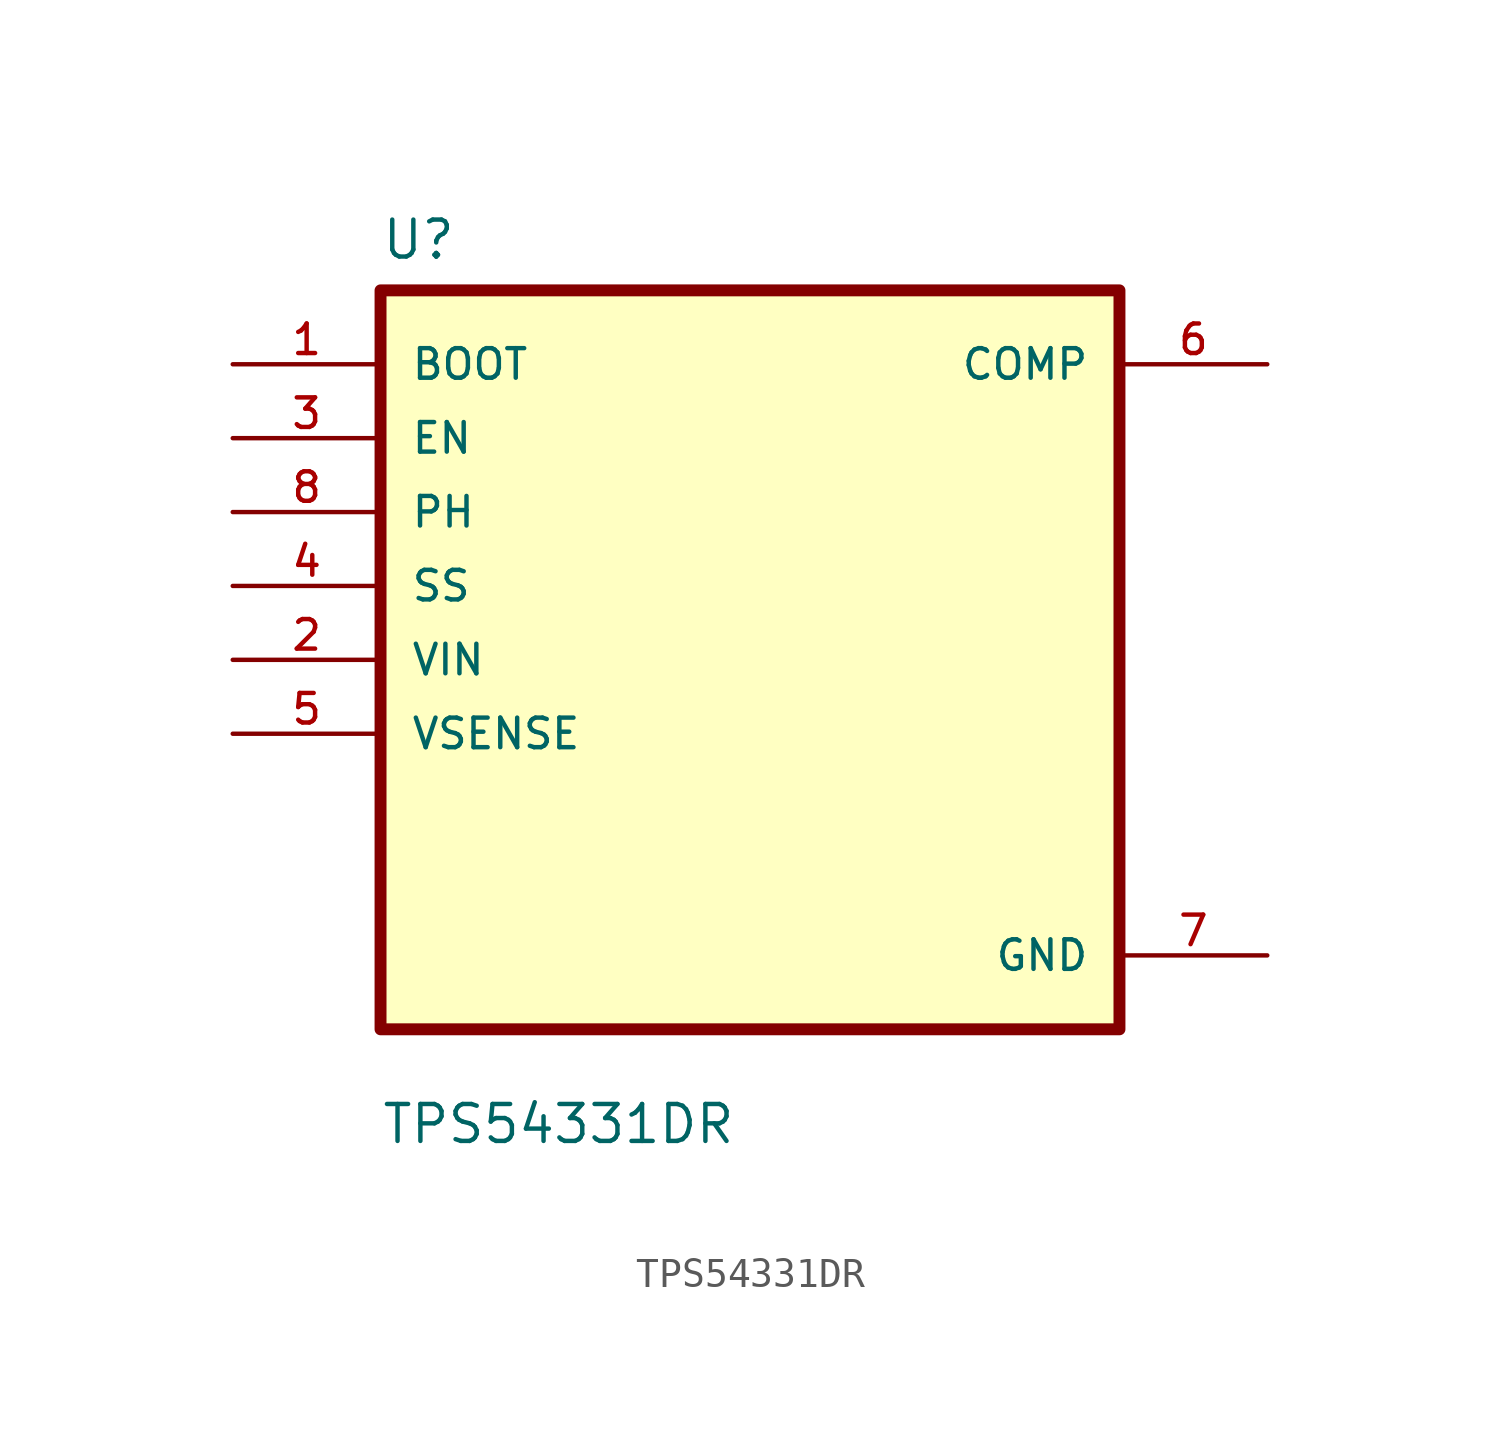
<source format=kicad_sym>
(kicad_symbol_lib
  (version 20211014)
  (generator kicad_symbol_editor)
  (symbol "TPS54331DR"
    (pin_names
      (offset 1.016))
    (property "Reference" "U"
      (at -12.7 13.7 0.0)
      (effects (font (size 1.27 1.27)) (justify bottom left)))
    (property "Value" "TPS54331DR"
      (at -12.7 -16.7 0.0)
      (effects (font (size 1.27 1.27)) (justify bottom left)))
    (symbol "TPS54331DR_0_0"
      (rectangle (start -12.7 -12.7) (end 12.7 12.7) (stroke (width 0.41)) (fill (type background)))
      (pin input line (at -17.78 10.16 0) (length 5.08) (name "BOOT" (effects (font (size 1.016 1.016)))) (number "1" (effects (font (size 1.016 1.016)))))
      (pin input line (at -17.78 7.62 0) (length 5.08) (name "EN" (effects (font (size 1.016 1.016)))) (number "3" (effects (font (size 1.016 1.016)))))
      (pin input line (at -17.78 5.08 0) (length 5.08) (name "PH" (effects (font (size 1.016 1.016)))) (number "8" (effects (font (size 1.016 1.016)))))
      (pin input line (at -17.78 2.54 0) (length 5.08) (name "SS" (effects (font (size 1.016 1.016)))) (number "4" (effects (font (size 1.016 1.016)))))
      (pin input line (at -17.78 0.0 0) (length 5.08) (name "VIN" (effects (font (size 1.016 1.016)))) (number "2" (effects (font (size 1.016 1.016)))))
      (pin input line (at -17.78 -2.54 0) (length 5.08) (name "VSENSE" (effects (font (size 1.016 1.016)))) (number "5" (effects (font (size 1.016 1.016)))))
      (pin output line (at 17.78 10.16 180.0) (length 5.08) (name "COMP" (effects (font (size 1.016 1.016)))) (number "6" (effects (font (size 1.016 1.016)))))
      (pin power_in line (at 17.78 -10.16 180.0) (length 5.08) (name "GND" (effects (font (size 1.016 1.016)))) (number "7" (effects (font (size 1.016 1.016))))))))
</source>
